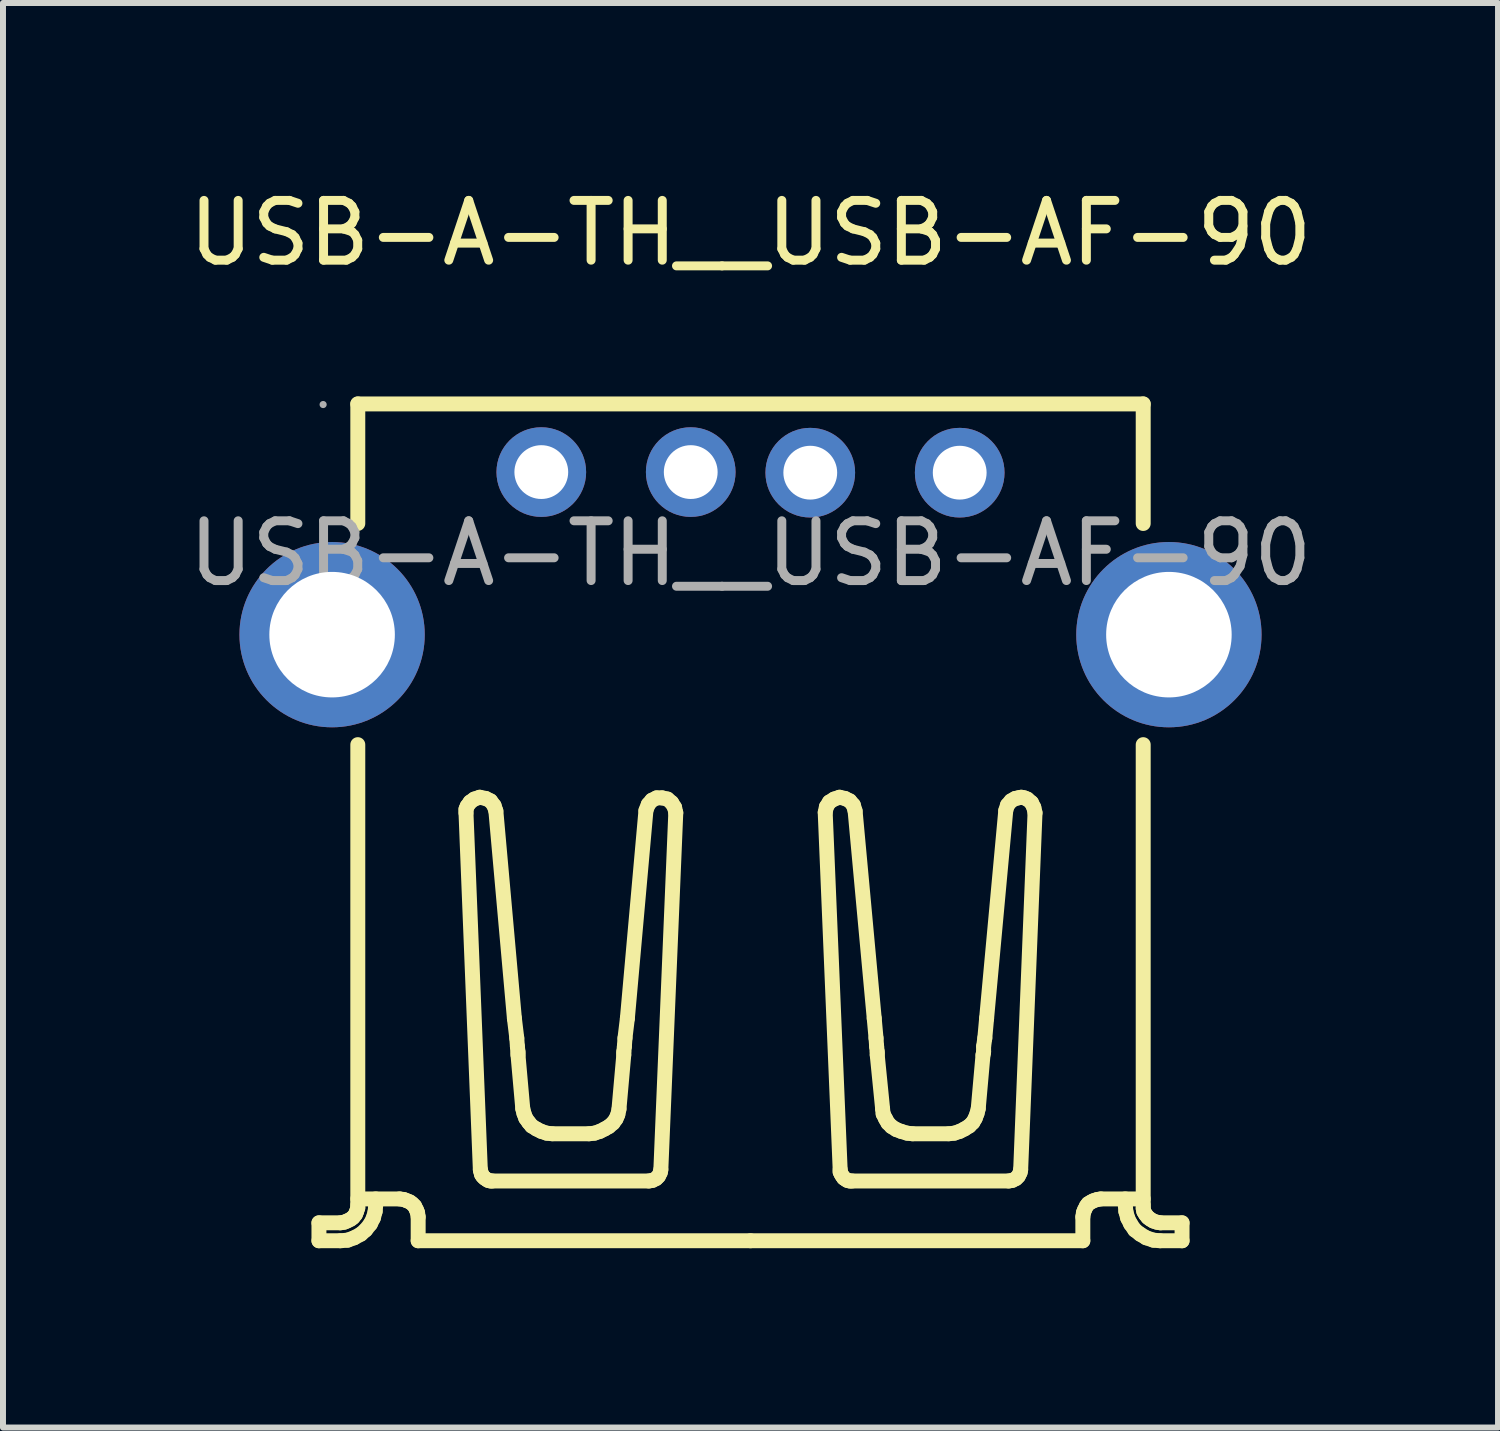
<source format=kicad_pcb>
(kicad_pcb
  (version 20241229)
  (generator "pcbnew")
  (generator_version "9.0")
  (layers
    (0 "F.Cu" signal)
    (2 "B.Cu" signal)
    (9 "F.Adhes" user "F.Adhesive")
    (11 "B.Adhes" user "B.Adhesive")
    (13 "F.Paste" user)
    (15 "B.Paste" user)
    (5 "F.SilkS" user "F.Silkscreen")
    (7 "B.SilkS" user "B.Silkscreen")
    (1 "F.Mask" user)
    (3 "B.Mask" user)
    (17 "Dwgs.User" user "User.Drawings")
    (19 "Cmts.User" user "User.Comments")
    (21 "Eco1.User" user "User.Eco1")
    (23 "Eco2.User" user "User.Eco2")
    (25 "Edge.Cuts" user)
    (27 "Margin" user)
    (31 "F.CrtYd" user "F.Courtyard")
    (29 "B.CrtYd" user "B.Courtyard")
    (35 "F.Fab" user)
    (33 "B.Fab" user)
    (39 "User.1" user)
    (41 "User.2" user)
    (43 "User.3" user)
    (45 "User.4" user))
  (footprint "USB-A-TH__USB-AF-90"
    (layer "F.Cu")
    (at 9.506 6.208)
    (property "Reference" "USB-A-TH__USB-AF-90" (at 0 -5.36 0) (layer "F.SilkS") (effects (font (size 1 1) (thickness 0.15))))
    (attr through_hole)
    (fp_line (start -7.22 11.2) (end -6.87 11.2) (stroke (width 0.25) (type solid)) (layer "F.SilkS"))
    (fp_line (start -7.22 11.5) (end -7.22 11.2) (stroke (width 0.25) (type solid)) (layer "F.SilkS"))
    (fp_line (start -6.87 11.5) (end -7.22 11.5) (stroke (width 0.25) (type solid)) (layer "F.SilkS"))
    (fp_line (start -6.8 11.19) (end -6.86 11.2) (stroke (width 0.25) (type solid)) (layer "F.SilkS"))
    (fp_line (start -6.75 11.17) (end -6.8 11.19) (stroke (width 0.25) (type solid)) (layer "F.SilkS"))
    (fp_line (start -6.74 11.49) (end -6.86 11.5) (stroke (width 0.25) (type solid)) (layer "F.SilkS"))
    (fp_line (start -6.69 11.14) (end -6.75 11.17) (stroke (width 0.25) (type solid)) (layer "F.SilkS"))
    (fp_line (start -6.65 11.11) (end -6.69 11.14) (stroke (width 0.25) (type solid)) (layer "F.SilkS"))
    (fp_line (start -6.63 11.45) (end -6.74 11.49) (stroke (width 0.25) (type solid)) (layer "F.SilkS"))
    (fp_line (start -6.61 11.06) (end -6.65 11.11) (stroke (width 0.25) (type solid)) (layer "F.SilkS"))
    (fp_line (start -6.59 11.01) (end -6.61 11.06) (stroke (width 0.25) (type solid)) (layer "F.SilkS"))
    (fp_line (start -6.57 -2.5) (end 6.57 -2.5) (stroke (width 0.25) (type solid)) (layer "F.SilkS"))
    (fp_line (start -6.57 -0.5) (end -6.57 -2.5) (stroke (width 0.25) (type solid)) (layer "F.SilkS"))
    (fp_line (start -6.57 10.8) (end -5.87 10.8) (stroke (width 0.25) (type solid)) (layer "F.SilkS"))
    (fp_line (start -6.57 10.9) (end -6.57 3.2) (stroke (width 0.25) (type solid)) (layer "F.SilkS"))
    (fp_line (start -6.57 10.9) (end -6.57 10.95) (stroke (width 0.25) (type solid)) (layer "F.SilkS"))
    (fp_line (start -6.57 10.95) (end -6.59 11.01) (stroke (width 0.25) (type solid)) (layer "F.SilkS"))
    (fp_line (start -6.52 11.39) (end -6.63 11.45) (stroke (width 0.25) (type solid)) (layer "F.SilkS"))
    (fp_line (start -6.44 11.32) (end -6.52 11.39) (stroke (width 0.25) (type solid)) (layer "F.SilkS"))
    (fp_line (start -6.36 11.22) (end -6.44 11.32) (stroke (width 0.25) (type solid)) (layer "F.SilkS"))
    (fp_line (start -6.31 11.12) (end -6.36 11.22) (stroke (width 0.25) (type solid)) (layer "F.SilkS"))
    (fp_line (start -6.28 11.01) (end -6.31 11.12) (stroke (width 0.25) (type solid)) (layer "F.SilkS"))
    (fp_line (start -6.27 10.8) (end -6.27 10.9) (stroke (width 0.25) (type solid)) (layer "F.SilkS"))
    (fp_line (start -6.27 10.9) (end -6.28 11.01) (stroke (width 0.25) (type solid)) (layer "F.SilkS"))
    (fp_line (start -5.87 10.8) (end -5.8 10.81) (stroke (width 0.25) (type solid)) (layer "F.SilkS"))
    (fp_line (start -5.8 10.81) (end -5.75 10.83) (stroke (width 0.25) (type solid)) (layer "F.SilkS"))
    (fp_line (start -5.75 10.83) (end -5.7 10.85) (stroke (width 0.25) (type solid)) (layer "F.SilkS"))
    (fp_line (start -5.7 10.85) (end -5.66 10.88) (stroke (width 0.25) (type solid)) (layer "F.SilkS"))
    (fp_line (start -5.66 10.88) (end -5.62 10.92) (stroke (width 0.25) (type solid)) (layer "F.SilkS"))
    (fp_line (start -5.62 10.92) (end -5.59 10.98) (stroke (width 0.25) (type solid)) (layer "F.SilkS"))
    (fp_line (start -5.59 10.98) (end -5.57 11.03) (stroke (width 0.25) (type solid)) (layer "F.SilkS"))
    (fp_line (start -5.57 11.03) (end -5.56 11.1) (stroke (width 0.25) (type solid)) (layer "F.SilkS"))
    (fp_line (start -5.56 11.5) (end -5.56 11.1) (stroke (width 0.25) (type solid)) (layer "F.SilkS"))
    (fp_line (start -5.56 11.5) (end 0 11.5) (stroke (width 0.25) (type solid)) (layer "F.SilkS"))
    (fp_line (start -4.76 4.28) (end -4.76 4.34) (stroke (width 0.25) (type solid)) (layer "F.SilkS"))
    (fp_line (start -4.76 4.34) (end -4.52 10.31) (stroke (width 0.25) (type solid)) (layer "F.SilkS"))
    (fp_line (start -4.74 4.23) (end -4.76 4.28) (stroke (width 0.25) (type solid)) (layer "F.SilkS"))
    (fp_line (start -4.69 4.16) (end -4.74 4.23) (stroke (width 0.25) (type solid)) (layer "F.SilkS"))
    (fp_line (start -4.62 4.11) (end -4.69 4.16) (stroke (width 0.25) (type solid)) (layer "F.SilkS"))
    (fp_line (start -4.53 4.08) (end -4.62 4.11) (stroke (width 0.25) (type solid)) (layer "F.SilkS"))
    (fp_line (start -4.52 10.31) (end -4.51 10.35) (stroke (width 0.25) (type solid)) (layer "F.SilkS"))
    (fp_line (start -4.51 10.35) (end -4.5 10.39) (stroke (width 0.25) (type solid)) (layer "F.SilkS"))
    (fp_line (start -4.5 10.39) (end -4.48 10.42) (stroke (width 0.25) (type solid)) (layer "F.SilkS"))
    (fp_line (start -4.48 10.42) (end -4.45 10.45) (stroke (width 0.25) (type solid)) (layer "F.SilkS"))
    (fp_line (start -4.45 10.45) (end -4.42 10.47) (stroke (width 0.25) (type solid)) (layer "F.SilkS"))
    (fp_line (start -4.43 4.1) (end -4.53 4.08) (stroke (width 0.25) (type solid)) (layer "F.SilkS"))
    (fp_line (start -4.42 10.47) (end -4.39 10.49) (stroke (width 0.25) (type solid)) (layer "F.SilkS"))
    (fp_line (start -4.39 10.49) (end -4.35 10.5) (stroke (width 0.25) (type solid)) (layer "F.SilkS"))
    (fp_line (start -4.35 4.14) (end -4.43 4.1) (stroke (width 0.25) (type solid)) (layer "F.SilkS"))
    (fp_line (start -4.35 10.5) (end -4.32 10.5) (stroke (width 0.25) (type solid)) (layer "F.SilkS"))
    (fp_line (start -4.31 10.5) (end -1.7 10.5) (stroke (width 0.25) (type solid)) (layer "F.SilkS"))
    (fp_line (start -4.29 4.22) (end -4.35 4.14) (stroke (width 0.25) (type solid)) (layer "F.SilkS"))
    (fp_line (start -4.26 4.31) (end -4.29 4.22) (stroke (width 0.25) (type solid)) (layer "F.SilkS"))
    (fp_line (start -3.95 7.78) (end -4.26 4.31) (stroke (width 0.25) (type solid)) (layer "F.SilkS"))
    (fp_line (start -3.95 7.78) (end -3.91 8.11) (stroke (width 0.25) (type solid)) (layer "F.SilkS"))
    (fp_line (start -3.91 8.11) (end -3.9 8.25) (stroke (width 0.25) (type solid)) (layer "F.SilkS"))
    (fp_line (start -3.89 8.34) (end -3.9 8.25) (stroke (width 0.25) (type solid)) (layer "F.SilkS"))
    (fp_line (start -3.89 8.39) (end -3.89 8.34) (stroke (width 0.25) (type solid)) (layer "F.SilkS"))
    (fp_line (start -3.81 9.29) (end -3.89 8.39) (stroke (width 0.25) (type solid)) (layer "F.SilkS"))
    (fp_line (start -3.81 9.29) (end -3.79 9.37) (stroke (width 0.25) (type solid)) (layer "F.SilkS"))
    (fp_line (start -3.79 9.37) (end -3.76 9.45) (stroke (width 0.25) (type solid)) (layer "F.SilkS"))
    (fp_line (start -3.76 9.45) (end -3.71 9.52) (stroke (width 0.25) (type solid)) (layer "F.SilkS"))
    (fp_line (start -3.71 9.52) (end -3.66 9.58) (stroke (width 0.25) (type solid)) (layer "F.SilkS"))
    (fp_line (start -3.66 9.58) (end -3.58 9.63) (stroke (width 0.25) (type solid)) (layer "F.SilkS"))
    (fp_line (start -3.58 9.63) (end -3.5 9.67) (stroke (width 0.25) (type solid)) (layer "F.SilkS"))
    (fp_line (start -3.5 9.67) (end -3.41 9.7) (stroke (width 0.25) (type solid)) (layer "F.SilkS"))
    (fp_line (start -3.41 9.7) (end -3.32 9.71) (stroke (width 0.25) (type solid)) (layer "F.SilkS"))
    (fp_line (start -2.7 9.71) (end -3.31 9.71) (stroke (width 0.25) (type solid)) (layer "F.SilkS"))
    (fp_line (start -2.7 9.71) (end -2.61 9.7) (stroke (width 0.25) (type solid)) (layer "F.SilkS"))
    (fp_line (start -2.61 9.7) (end -2.52 9.67) (stroke (width 0.25) (type solid)) (layer "F.SilkS"))
    (fp_line (start -2.52 9.67) (end -2.44 9.63) (stroke (width 0.25) (type solid)) (layer "F.SilkS"))
    (fp_line (start -2.44 9.63) (end -2.37 9.59) (stroke (width 0.25) (type solid)) (layer "F.SilkS"))
    (fp_line (start -2.37 9.59) (end -2.3 9.53) (stroke (width 0.25) (type solid)) (layer "F.SilkS"))
    (fp_line (start -2.3 9.53) (end -2.25 9.46) (stroke (width 0.25) (type solid)) (layer "F.SilkS"))
    (fp_line (start -2.25 9.46) (end -2.22 9.39) (stroke (width 0.25) (type solid)) (layer "F.SilkS"))
    (fp_line (start -2.22 9.39) (end -2.2 9.3) (stroke (width 0.25) (type solid)) (layer "F.SilkS"))
    (fp_line (start -2.12 8.34) (end -2.11 8.25) (stroke (width 0.25) (type solid)) (layer "F.SilkS"))
    (fp_line (start -2.12 8.39) (end -2.2 9.29) (stroke (width 0.25) (type solid)) (layer "F.SilkS"))
    (fp_line (start -2.12 8.39) (end -2.12 8.34) (stroke (width 0.25) (type solid)) (layer "F.SilkS"))
    (fp_line (start -2.1 8.11) (end -2.11 8.25) (stroke (width 0.25) (type solid)) (layer "F.SilkS"))
    (fp_line (start -2.06 7.78) (end -2.1 8.11) (stroke (width 0.25) (type solid)) (layer "F.SilkS"))
    (fp_line (start -2.06 7.78) (end -1.75 4.31) (stroke (width 0.25) (type solid)) (layer "F.SilkS"))
    (fp_line (start -1.71 4.2) (end -1.75 4.3) (stroke (width 0.25) (type solid)) (layer "F.SilkS"))
    (fp_line (start -1.7 10.5) (end -1.64 10.49) (stroke (width 0.25) (type solid)) (layer "F.SilkS"))
    (fp_line (start -1.65 4.13) (end -1.71 4.2) (stroke (width 0.25) (type solid)) (layer "F.SilkS"))
    (fp_line (start -1.64 10.49) (end -1.58 10.46) (stroke (width 0.25) (type solid)) (layer "F.SilkS"))
    (fp_line (start -1.58 10.46) (end -1.54 10.42) (stroke (width 0.25) (type solid)) (layer "F.SilkS"))
    (fp_line (start -1.57 4.09) (end -1.65 4.13) (stroke (width 0.25) (type solid)) (layer "F.SilkS"))
    (fp_line (start -1.54 10.42) (end -1.51 10.36) (stroke (width 0.25) (type solid)) (layer "F.SilkS"))
    (fp_line (start -1.51 10.36) (end -1.5 10.31) (stroke (width 0.25) (type solid)) (layer "F.SilkS"))
    (fp_line (start -1.5 10.31) (end -1.25 4.34) (stroke (width 0.25) (type solid)) (layer "F.SilkS"))
    (fp_line (start -1.48 4.09) (end -1.57 4.09) (stroke (width 0.25) (type solid)) (layer "F.SilkS"))
    (fp_line (start -1.39 4.11) (end -1.48 4.09) (stroke (width 0.25) (type solid)) (layer "F.SilkS"))
    (fp_line (start -1.32 4.17) (end -1.39 4.11) (stroke (width 0.25) (type solid)) (layer "F.SilkS"))
    (fp_line (start -1.27 4.25) (end -1.32 4.17) (stroke (width 0.25) (type solid)) (layer "F.SilkS"))
    (fp_line (start -1.25 4.34) (end -1.27 4.25) (stroke (width 0.25) (type solid)) (layer "F.SilkS"))
    (fp_line (start 1.27 4.24) (end 1.25 4.33) (stroke (width 0.25) (type solid)) (layer "F.SilkS"))
    (fp_line (start 1.32 4.16) (end 1.27 4.24) (stroke (width 0.25) (type solid)) (layer "F.SilkS"))
    (fp_line (start 1.4 4.11) (end 1.32 4.16) (stroke (width 0.25) (type solid)) (layer "F.SilkS"))
    (fp_line (start 1.49 4.08) (end 1.4 4.11) (stroke (width 0.25) (type solid)) (layer "F.SilkS"))
    (fp_line (start 1.5 10.31) (end 1.25 4.34) (stroke (width 0.25) (type solid)) (layer "F.SilkS"))
    (fp_line (start 1.5 10.31) (end 1.5 10.35) (stroke (width 0.25) (type solid)) (layer "F.SilkS"))
    (fp_line (start 1.5 10.35) (end 1.52 10.39) (stroke (width 0.25) (type solid)) (layer "F.SilkS"))
    (fp_line (start 1.52 10.39) (end 1.54 10.42) (stroke (width 0.25) (type solid)) (layer "F.SilkS"))
    (fp_line (start 1.54 10.42) (end 1.56 10.45) (stroke (width 0.25) (type solid)) (layer "F.SilkS"))
    (fp_line (start 1.56 10.45) (end 1.59 10.47) (stroke (width 0.25) (type solid)) (layer "F.SilkS"))
    (fp_line (start 1.58 4.1) (end 1.49 4.08) (stroke (width 0.25) (type solid)) (layer "F.SilkS"))
    (fp_line (start 1.59 10.47) (end 1.62 10.49) (stroke (width 0.25) (type solid)) (layer "F.SilkS"))
    (fp_line (start 1.62 10.49) (end 1.66 10.5) (stroke (width 0.25) (type solid)) (layer "F.SilkS"))
    (fp_line (start 1.66 4.14) (end 1.58 4.1) (stroke (width 0.25) (type solid)) (layer "F.SilkS"))
    (fp_line (start 1.66 10.5) (end 1.7 10.5) (stroke (width 0.25) (type solid)) (layer "F.SilkS"))
    (fp_line (start 1.72 4.21) (end 1.66 4.14) (stroke (width 0.25) (type solid)) (layer "F.SilkS"))
    (fp_line (start 1.75 4.31) (end 1.72 4.21) (stroke (width 0.25) (type solid)) (layer "F.SilkS"))
    (fp_line (start 2.07 7.78) (end 1.75 4.31) (stroke (width 0.25) (type solid)) (layer "F.SilkS"))
    (fp_line (start 2.07 7.78) (end 2.1 8.11) (stroke (width 0.25) (type solid)) (layer "F.SilkS"))
    (fp_line (start 2.1 8.11) (end 2.11 8.25) (stroke (width 0.25) (type solid)) (layer "F.SilkS"))
    (fp_line (start 2.12 8.34) (end 2.11 8.25) (stroke (width 0.25) (type solid)) (layer "F.SilkS"))
    (fp_line (start 2.12 8.39) (end 2.12 8.34) (stroke (width 0.25) (type solid)) (layer "F.SilkS"))
    (fp_line (start 2.12 8.39) (end 2.21 9.29) (stroke (width 0.25) (type solid)) (layer "F.SilkS"))
    (fp_line (start 2.22 9.38) (end 2.21 9.3) (stroke (width 0.25) (type solid)) (layer "F.SilkS"))
    (fp_line (start 2.26 9.46) (end 2.22 9.38) (stroke (width 0.25) (type solid)) (layer "F.SilkS"))
    (fp_line (start 2.3 9.53) (end 2.26 9.46) (stroke (width 0.25) (type solid)) (layer "F.SilkS"))
    (fp_line (start 2.36 9.59) (end 2.3 9.53) (stroke (width 0.25) (type solid)) (layer "F.SilkS"))
    (fp_line (start 2.44 9.64) (end 2.36 9.59) (stroke (width 0.25) (type solid)) (layer "F.SilkS"))
    (fp_line (start 2.52 9.67) (end 2.44 9.64) (stroke (width 0.25) (type solid)) (layer "F.SilkS"))
    (fp_line (start 2.62 9.7) (end 2.52 9.67) (stroke (width 0.25) (type solid)) (layer "F.SilkS"))
    (fp_line (start 2.71 9.71) (end 2.62 9.7) (stroke (width 0.25) (type solid)) (layer "F.SilkS"))
    (fp_line (start 2.71 9.71) (end 3.31 9.71) (stroke (width 0.25) (type solid)) (layer "F.SilkS"))
    (fp_line (start 3.41 9.7) (end 3.32 9.71) (stroke (width 0.25) (type solid)) (layer "F.SilkS"))
    (fp_line (start 3.5 9.67) (end 3.41 9.7) (stroke (width 0.25) (type solid)) (layer "F.SilkS"))
    (fp_line (start 3.58 9.63) (end 3.5 9.67) (stroke (width 0.25) (type solid)) (layer "F.SilkS"))
    (fp_line (start 3.66 9.58) (end 3.58 9.63) (stroke (width 0.25) (type solid)) (layer "F.SilkS"))
    (fp_line (start 3.72 9.52) (end 3.66 9.58) (stroke (width 0.25) (type solid)) (layer "F.SilkS"))
    (fp_line (start 3.76 9.45) (end 3.72 9.52) (stroke (width 0.25) (type solid)) (layer "F.SilkS"))
    (fp_line (start 3.79 9.37) (end 3.76 9.45) (stroke (width 0.25) (type solid)) (layer "F.SilkS"))
    (fp_line (start 3.81 9.29) (end 3.79 9.37) (stroke (width 0.25) (type solid)) (layer "F.SilkS"))
    (fp_line (start 3.89 8.39) (end 3.81 9.29) (stroke (width 0.25) (type solid)) (layer "F.SilkS"))
    (fp_line (start 3.89 8.39) (end 3.9 8.34) (stroke (width 0.25) (type solid)) (layer "F.SilkS"))
    (fp_line (start 3.9 8.34) (end 3.9 8.25) (stroke (width 0.25) (type solid)) (layer "F.SilkS"))
    (fp_line (start 3.92 8.11) (end 3.9 8.25) (stroke (width 0.25) (type solid)) (layer "F.SilkS"))
    (fp_line (start 3.95 7.78) (end 3.92 8.11) (stroke (width 0.25) (type solid)) (layer "F.SilkS"))
    (fp_line (start 3.95 7.78) (end 4.27 4.31) (stroke (width 0.25) (type solid)) (layer "F.SilkS"))
    (fp_line (start 4.3 4.21) (end 4.27 4.3) (stroke (width 0.25) (type solid)) (layer "F.SilkS"))
    (fp_line (start 4.32 10.5) (end 1.7 10.5) (stroke (width 0.25) (type solid)) (layer "F.SilkS"))
    (fp_line (start 4.32 10.5) (end 4.38 10.49) (stroke (width 0.25) (type solid)) (layer "F.SilkS"))
    (fp_line (start 4.36 4.14) (end 4.3 4.21) (stroke (width 0.25) (type solid)) (layer "F.SilkS"))
    (fp_line (start 4.38 10.49) (end 4.44 10.46) (stroke (width 0.25) (type solid)) (layer "F.SilkS"))
    (fp_line (start 4.43 4.1) (end 4.36 4.14) (stroke (width 0.25) (type solid)) (layer "F.SilkS"))
    (fp_line (start 4.44 10.46) (end 4.48 10.42) (stroke (width 0.25) (type solid)) (layer "F.SilkS"))
    (fp_line (start 4.48 4.09) (end 4.43 4.1) (stroke (width 0.25) (type solid)) (layer "F.SilkS"))
    (fp_line (start 4.48 10.42) (end 4.51 10.36) (stroke (width 0.25) (type solid)) (layer "F.SilkS"))
    (fp_line (start 4.51 10.36) (end 4.52 10.31) (stroke (width 0.25) (type solid)) (layer "F.SilkS"))
    (fp_line (start 4.53 4.08) (end 4.48 4.09) (stroke (width 0.25) (type solid)) (layer "F.SilkS"))
    (fp_line (start 4.58 4.09) (end 4.53 4.08) (stroke (width 0.25) (type solid)) (layer "F.SilkS"))
    (fp_line (start 4.63 4.11) (end 4.58 4.09) (stroke (width 0.25) (type solid)) (layer "F.SilkS"))
    (fp_line (start 4.7 4.17) (end 4.63 4.11) (stroke (width 0.25) (type solid)) (layer "F.SilkS"))
    (fp_line (start 4.74 4.25) (end 4.7 4.17) (stroke (width 0.25) (type solid)) (layer "F.SilkS"))
    (fp_line (start 4.76 4.34) (end 4.52 10.31) (stroke (width 0.25) (type solid)) (layer "F.SilkS"))
    (fp_line (start 4.76 4.34) (end 4.74 4.25) (stroke (width 0.25) (type solid)) (layer "F.SilkS"))
    (fp_line (start 5.56 11.5) (end 0 11.5) (stroke (width 0.25) (type solid)) (layer "F.SilkS"))
    (fp_line (start 5.56 11.5) (end 5.56 11.1) (stroke (width 0.25) (type solid)) (layer "F.SilkS"))
    (fp_line (start 5.57 11.03) (end 5.56 11.1) (stroke (width 0.25) (type solid)) (layer "F.SilkS"))
    (fp_line (start 5.59 10.98) (end 5.57 11.03) (stroke (width 0.25) (type solid)) (layer "F.SilkS"))
    (fp_line (start 5.62 10.92) (end 5.59 10.98) (stroke (width 0.25) (type solid)) (layer "F.SilkS"))
    (fp_line (start 5.65 10.88) (end 5.62 10.92) (stroke (width 0.25) (type solid)) (layer "F.SilkS"))
    (fp_line (start 5.7 10.85) (end 5.65 10.88) (stroke (width 0.25) (type solid)) (layer "F.SilkS"))
    (fp_line (start 5.74 10.83) (end 5.7 10.85) (stroke (width 0.25) (type solid)) (layer "F.SilkS"))
    (fp_line (start 5.8 10.81) (end 5.74 10.83) (stroke (width 0.25) (type solid)) (layer "F.SilkS"))
    (fp_line (start 5.86 10.8) (end 5.8 10.81) (stroke (width 0.25) (type solid)) (layer "F.SilkS"))
    (fp_line (start 6.27 10.8) (end 6.27 10.9) (stroke (width 0.25) (type solid)) (layer "F.SilkS"))
    (fp_line (start 6.27 10.9) (end 6.28 11.01) (stroke (width 0.25) (type solid)) (layer "F.SilkS"))
    (fp_line (start 6.28 11.01) (end 6.31 11.12) (stroke (width 0.25) (type solid)) (layer "F.SilkS"))
    (fp_line (start 6.31 11.12) (end 6.36 11.22) (stroke (width 0.25) (type solid)) (layer "F.SilkS"))
    (fp_line (start 6.36 11.22) (end 6.43 11.32) (stroke (width 0.25) (type solid)) (layer "F.SilkS"))
    (fp_line (start 6.43 11.32) (end 6.52 11.39) (stroke (width 0.25) (type solid)) (layer "F.SilkS"))
    (fp_line (start 6.52 11.39) (end 6.62 11.45) (stroke (width 0.25) (type solid)) (layer "F.SilkS"))
    (fp_line (start 6.57 -0.5) (end 6.57 -2.5) (stroke (width 0.25) (type solid)) (layer "F.SilkS"))
    (fp_line (start 6.57 10.8) (end 5.86 10.8) (stroke (width 0.25) (type solid)) (layer "F.SilkS"))
    (fp_line (start 6.57 10.9) (end 6.57 3.2) (stroke (width 0.25) (type solid)) (layer "F.SilkS"))
    (fp_line (start 6.57 10.9) (end 6.57 10.96) (stroke (width 0.25) (type solid)) (layer "F.SilkS"))
    (fp_line (start 6.57 10.96) (end 6.58 11.01) (stroke (width 0.25) (type solid)) (layer "F.SilkS"))
    (fp_line (start 6.58 11.01) (end 6.61 11.06) (stroke (width 0.25) (type solid)) (layer "F.SilkS"))
    (fp_line (start 6.61 11.06) (end 6.65 11.11) (stroke (width 0.25) (type solid)) (layer "F.SilkS"))
    (fp_line (start 6.62 11.45) (end 6.74 11.49) (stroke (width 0.25) (type solid)) (layer "F.SilkS"))
    (fp_line (start 6.65 11.11) (end 6.69 11.14) (stroke (width 0.25) (type solid)) (layer "F.SilkS"))
    (fp_line (start 6.69 11.14) (end 6.74 11.17) (stroke (width 0.25) (type solid)) (layer "F.SilkS"))
    (fp_line (start 6.74 11.17) (end 6.8 11.19) (stroke (width 0.25) (type solid)) (layer "F.SilkS"))
    (fp_line (start 6.74 11.49) (end 6.85 11.5) (stroke (width 0.25) (type solid)) (layer "F.SilkS"))
    (fp_line (start 6.8 11.19) (end 6.86 11.2) (stroke (width 0.25) (type solid)) (layer "F.SilkS"))
    (fp_line (start 6.86 11.5) (end 7.22 11.5) (stroke (width 0.25) (type solid)) (layer "F.SilkS"))
    (fp_line (start 7.22 11.2) (end 6.86 11.2) (stroke (width 0.25) (type solid)) (layer "F.SilkS"))
    (fp_line (start 7.22 11.5) (end 7.22 11.2) (stroke (width 0.25) (type solid)) (layer "F.SilkS"))
    (fp_circle (center -7.15 -2.49) (end -7.12 -2.49) (stroke (width 0.06) (type solid)) (fill no) (layer "F.Fab"))
    (fp_text user "${REFERENCE}" (at 0 0 0) (layer "F.Fab") (effects (font (size 1 1) (thickness 0.15))))
    (pad "1" thru_hole circle (at -3.5 -1.36) (size 1.5 1.5) (drill 0.9) (layers "*.Cu" "*.Mask"))
    (pad "2" thru_hole circle (at -1 -1.36 180) (size 1.5 1.5) (drill 0.9) (layers "*.Cu" "*.Mask"))
    (pad "3" thru_hole circle (at 1 -1.35) (size 1.5 1.5) (drill 0.9) (layers "*.Cu" "*.Mask"))
    (pad "4" thru_hole circle (at 3.5 -1.35) (size 1.5 1.5) (drill 0.9) (layers "*.Cu" "*.Mask"))
    (pad "SH1" thru_hole circle (at 7 1.36) (size 3.1 3.1) (drill 2.1) (layers "*.Cu" "*.Mask"))
    (pad "SH2" thru_hole circle (at -7 1.36) (size 3.1 3.1) (drill 2.1) (layers "*.Cu" "*.Mask")))
  (gr_rect
    (start -3 -3)
    (end 22.012 20.833)
    (stroke (width 0.1) (type default))
    (fill no)
    (layer "Edge.Cuts")))
</source>
